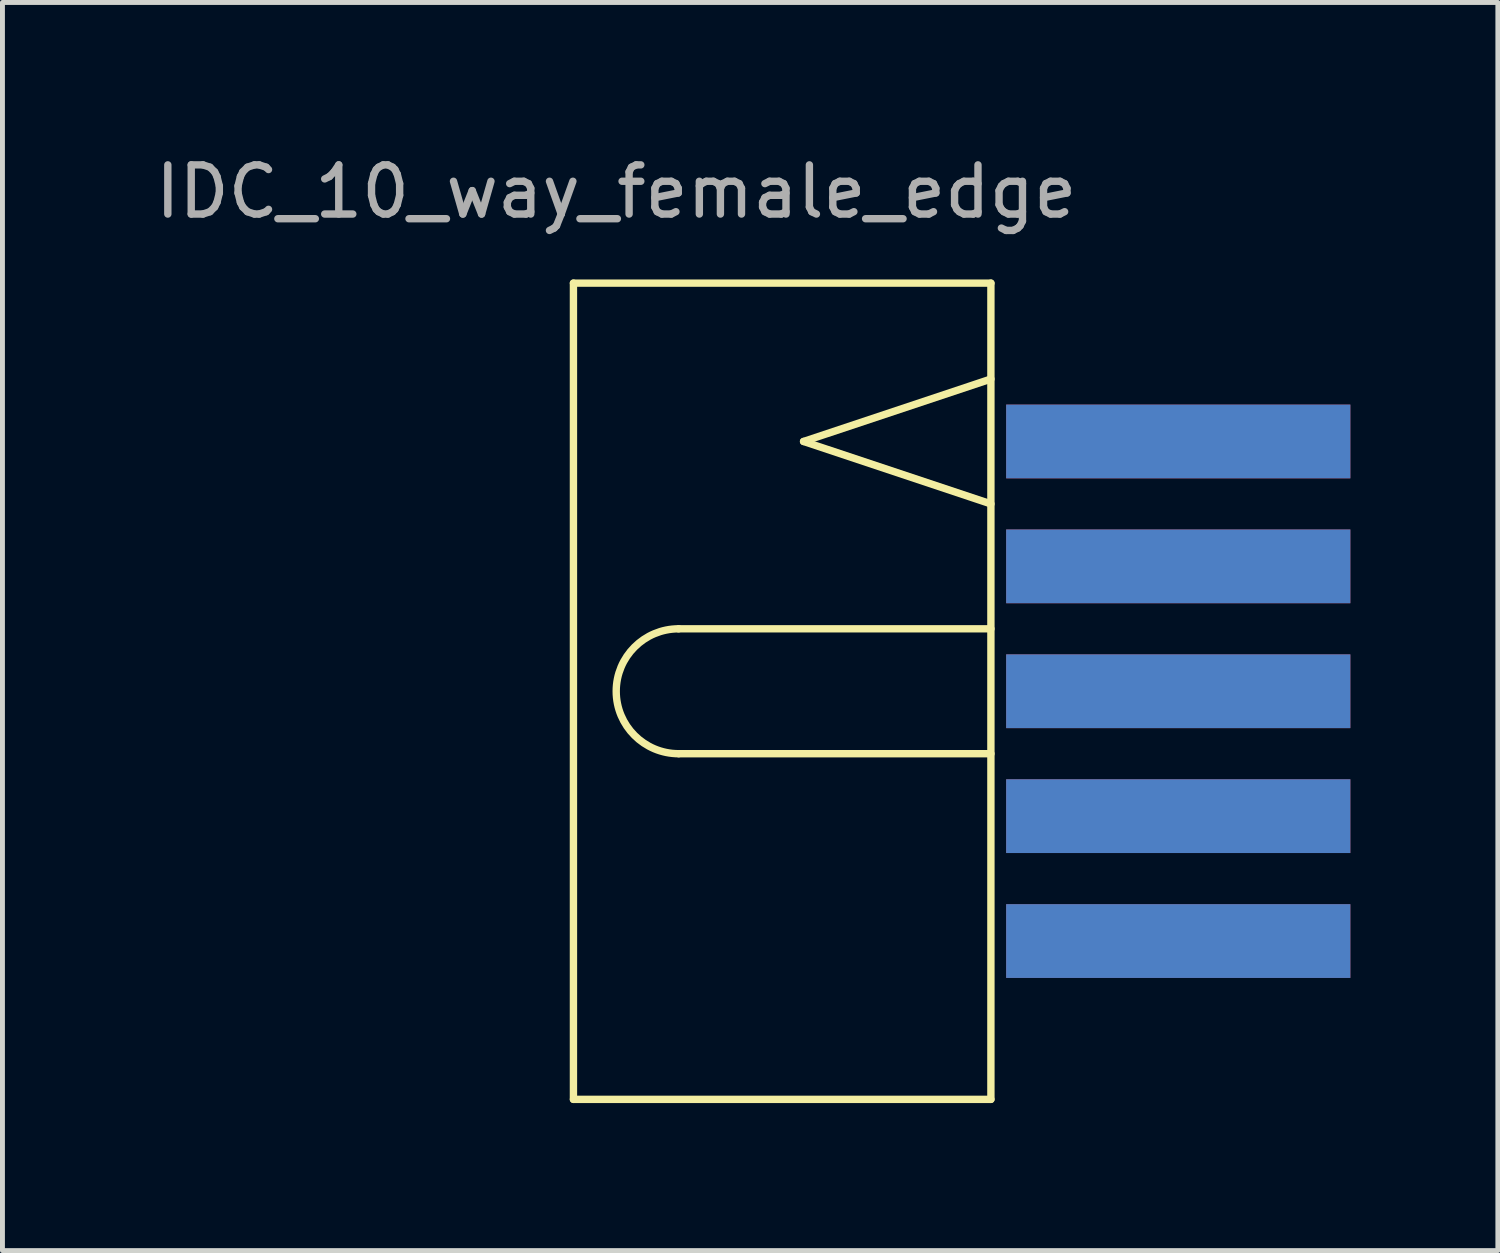
<source format=kicad_pcb>
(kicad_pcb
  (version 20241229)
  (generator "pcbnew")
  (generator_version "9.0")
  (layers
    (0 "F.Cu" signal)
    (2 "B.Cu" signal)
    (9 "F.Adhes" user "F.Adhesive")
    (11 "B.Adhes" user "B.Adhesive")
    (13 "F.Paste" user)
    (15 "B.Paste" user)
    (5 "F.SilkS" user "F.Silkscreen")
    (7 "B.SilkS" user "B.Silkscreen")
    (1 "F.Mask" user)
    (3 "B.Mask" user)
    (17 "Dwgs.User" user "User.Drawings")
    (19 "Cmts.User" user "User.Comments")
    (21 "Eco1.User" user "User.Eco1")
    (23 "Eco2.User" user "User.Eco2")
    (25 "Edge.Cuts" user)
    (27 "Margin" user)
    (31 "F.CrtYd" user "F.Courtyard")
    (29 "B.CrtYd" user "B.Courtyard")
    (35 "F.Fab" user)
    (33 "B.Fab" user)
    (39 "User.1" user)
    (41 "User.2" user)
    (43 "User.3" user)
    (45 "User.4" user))
  (footprint "IDC_10_way_female_edge"
    (layer "F.Cu")
    (at 20.912 11.008)
    (property "Reference" "IDC_10_way_female_edge" (at -11.43 -10.16 180) (layer "F.Fab") (effects (font (size 1 1) (thickness 0.15))))
    (attr through_hole)
    (fp_line (start -12.3 -8.3) (end -12.3 8.3) (stroke (width 0.15) (type solid)) (layer "F.SilkS"))
    (fp_line (start -7.62 -5.08) (end -3.81 -6.35) (stroke (width 0.15) (type solid)) (layer "F.SilkS"))
    (fp_line (start -3.81 -8.3) (end -12.3 -8.3) (stroke (width 0.15) (type solid)) (layer "F.SilkS"))
    (fp_line (start -3.81 -3.81) (end -7.62 -5.08) (stroke (width 0.15) (type solid)) (layer "F.SilkS"))
    (fp_line (start -3.81 -1.27) (end -10.16 -1.27) (stroke (width 0.15) (type solid)) (layer "F.SilkS"))
    (fp_line (start -3.81 1.27) (end -10.16 1.27) (stroke (width 0.15) (type solid)) (layer "F.SilkS"))
    (fp_line (start -3.81 8.3) (end -12.3 8.3) (stroke (width 0.15) (type solid)) (layer "F.SilkS"))
    (fp_line (start -3.81 8.3) (end -3.81 -8.3) (stroke (width 0.15) (type solid)) (layer "F.SilkS"))
    (fp_arc (start -10.16 1.27) (mid -11.43 0) (end -10.16 -1.27) (stroke (width 0.15) (type solid)) (layer "F.SilkS"))
    (pad "1" connect rect (at 0 -5.08 180) (size 7 1.5) (layers "F.Cu" "F.Mask"))
    (pad "2" connect rect (at 0 -5.08 180) (size 7 1.5) (layers "B.Cu" "B.Mask"))
    (pad "3" connect rect (at 0 -2.54 180) (size 7 1.5) (layers "F.Cu" "F.Mask"))
    (pad "4" connect rect (at 0 -2.54 180) (size 7 1.5) (layers "B.Cu" "B.Mask"))
    (pad "5" connect rect (at 0 0 180) (size 7 1.5) (layers "F.Cu" "F.Mask"))
    (pad "6" connect rect (at 0 0 180) (size 7 1.5) (layers "B.Cu" "B.Mask"))
    (pad "7" connect rect (at 0 2.54 180) (size 7 1.5) (layers "F.Cu" "F.Mask"))
    (pad "8" connect rect (at 0 2.54 180) (size 7 1.5) (layers "B.Cu" "B.Mask"))
    (pad "9" connect rect (at 0 5.08 180) (size 7 1.5) (layers "F.Cu" "F.Mask"))
    (pad "10" connect rect (at 0 5.08 180) (size 7 1.5) (layers "B.Cu" "B.Mask")))
  (gr_rect
    (start -3 -3)
    (end 27.412 22.383)
    (stroke (width 0.1) (type default))
    (fill no)
    (layer "Edge.Cuts")))
</source>
